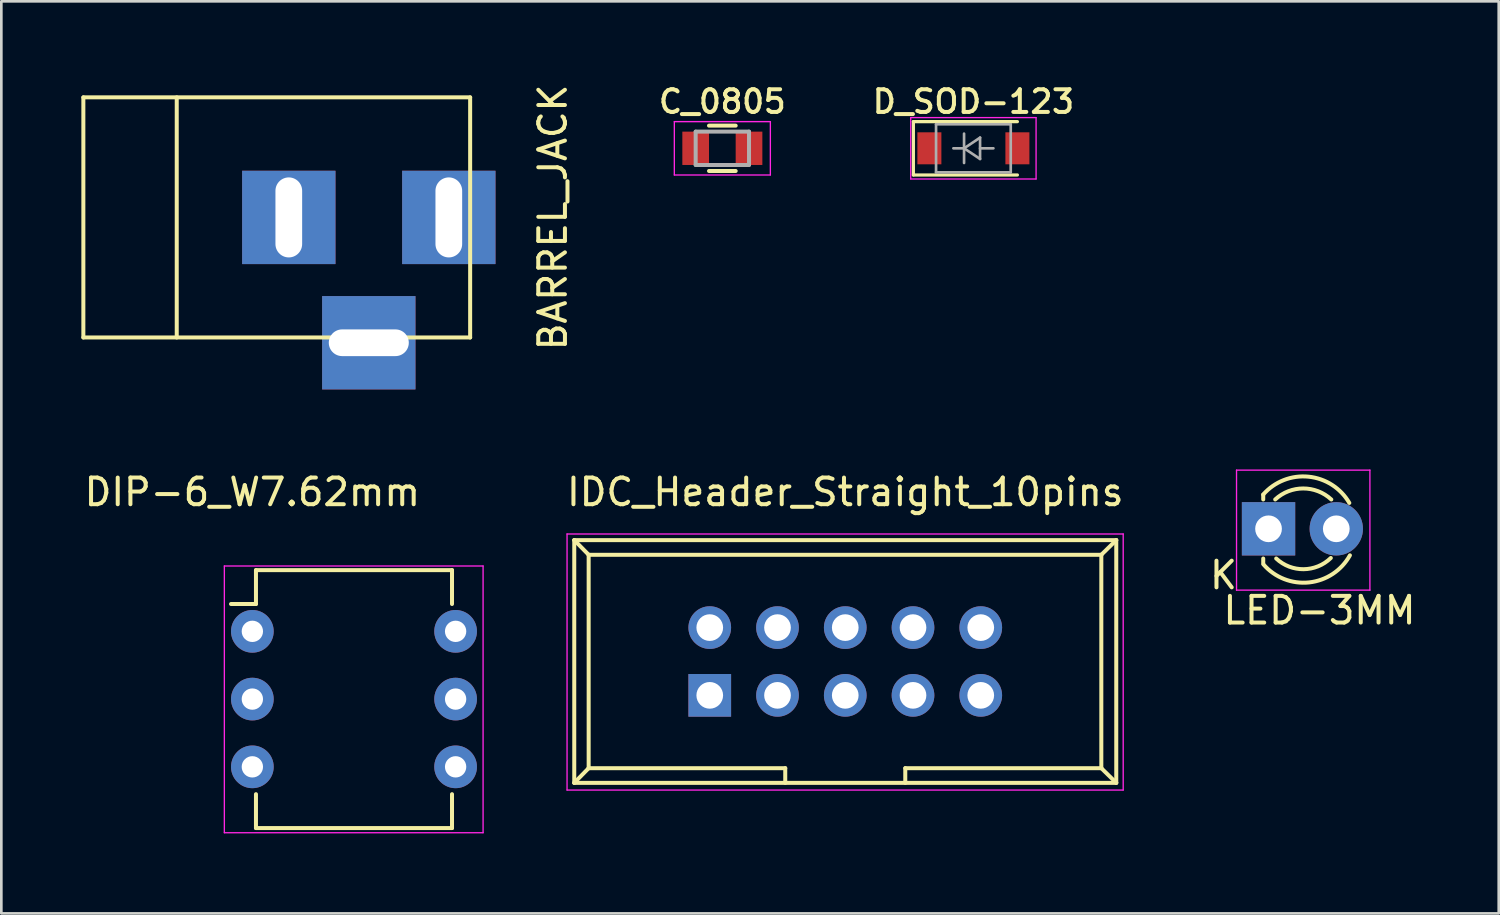
<source format=kicad_pcb>
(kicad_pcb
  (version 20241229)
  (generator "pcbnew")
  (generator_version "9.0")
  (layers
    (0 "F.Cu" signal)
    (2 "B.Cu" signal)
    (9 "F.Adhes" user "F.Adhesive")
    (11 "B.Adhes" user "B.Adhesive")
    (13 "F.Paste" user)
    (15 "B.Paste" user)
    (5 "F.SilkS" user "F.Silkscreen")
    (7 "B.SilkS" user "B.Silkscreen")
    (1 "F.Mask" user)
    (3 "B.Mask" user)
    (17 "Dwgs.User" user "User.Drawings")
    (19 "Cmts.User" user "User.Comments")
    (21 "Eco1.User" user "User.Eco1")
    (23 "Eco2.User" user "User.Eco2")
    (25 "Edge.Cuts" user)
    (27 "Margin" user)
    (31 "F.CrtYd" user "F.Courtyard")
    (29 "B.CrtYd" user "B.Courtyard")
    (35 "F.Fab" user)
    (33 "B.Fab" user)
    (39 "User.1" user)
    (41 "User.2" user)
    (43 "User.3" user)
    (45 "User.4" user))
  (footprint "BARREL_JACK"
    (layer "F.Cu")
    (at 7.576 5.101)
    (property "Reference" "BARREL_JACK" (at 10.099 0 90) (layer "F.SilkS") (effects (font (size 1 1) (thickness 0.15))))
    (attr through_hole)
    (fp_line (start -7.501 -4.501) (end -7.501 4.501) (stroke (width 0.15) (type solid)) (layer "F.SilkS"))
    (fp_line (start -7.501 4.501) (end 7 4.501) (stroke (width 0.15) (type solid)) (layer "F.SilkS"))
    (fp_line (start -4 -4.501) (end -4 4.501) (stroke (width 0.15) (type solid)) (layer "F.SilkS"))
    (fp_line (start 7 -4.501) (end -7.501 -4.501) (stroke (width 0.15) (type solid)) (layer "F.SilkS"))
    (fp_line (start 7 4.501) (end 7 -4.501) (stroke (width 0.15) (type solid)) (layer "F.SilkS"))
    (pad "1" thru_hole rect (at 6.2 0) (size 3.5 3.5) (drill oval 1.001 3) (layers "*.Cu" "*.Mask"))
    (pad "2" thru_hole rect (at 0.201 0) (size 3.5 3.5) (drill oval 1.001 3) (layers "*.Cu" "*.Mask"))
    (pad "3" thru_hole rect (at 3.2 4.699) (size 3.5 3.5) (drill oval 3 1.001) (layers "*.Cu" "*.Mask")))
  (footprint "DIP-6_W7.62mm"
    (layer "F.Cu")
    (at 6.411 20.619)
    (property "Reference" "DIP-6_W7.62mm" (at 0 -5.22 0) (layer "F.SilkS") (effects (font (size 1 1) (thickness 0.15))))
    (attr through_hole)
    (fp_line (start 0.135 -2.295) (end 0.135 -1.025) (stroke (width 0.15) (type solid)) (layer "F.SilkS"))
    (fp_line (start 0.135 -2.295) (end 7.485 -2.295) (stroke (width 0.15) (type solid)) (layer "F.SilkS"))
    (fp_line (start 0.135 -1.025) (end -0.8 -1.025) (stroke (width 0.15) (type solid)) (layer "F.SilkS"))
    (fp_line (start 0.135 7.375) (end 0.135 6.105) (stroke (width 0.15) (type solid)) (layer "F.SilkS"))
    (fp_line (start 0.135 7.375) (end 7.485 7.375) (stroke (width 0.15) (type solid)) (layer "F.SilkS"))
    (fp_line (start 7.485 -2.295) (end 7.485 -1.025) (stroke (width 0.15) (type solid)) (layer "F.SilkS"))
    (fp_line (start 7.485 7.375) (end 7.485 6.105) (stroke (width 0.15) (type solid)) (layer "F.SilkS"))
    (fp_line (start -1.05 -2.45) (end -1.05 7.55) (stroke (width 0.05) (type solid)) (layer "F.CrtYd"))
    (fp_line (start -1.05 -2.45) (end 8.65 -2.45) (stroke (width 0.05) (type solid)) (layer "F.CrtYd"))
    (fp_line (start -1.05 7.55) (end 8.65 7.55) (stroke (width 0.05) (type solid)) (layer "F.CrtYd"))
    (fp_line (start 8.65 -2.45) (end 8.65 7.55) (stroke (width 0.05) (type solid)) (layer "F.CrtYd"))
    (pad "1" thru_hole oval (at 0 0) (size 1.6 1.6) (drill 0.8) (layers "*.Cu" "*.Mask"))
    (pad "2" thru_hole oval (at 0 2.54) (size 1.6 1.6) (drill 0.8) (layers "*.Cu" "*.Mask"))
    (pad "3" thru_hole oval (at 0 5.08) (size 1.6 1.6) (drill 0.8) (layers "*.Cu" "*.Mask"))
    (pad "4" thru_hole oval (at 7.62 5.08) (size 1.6 1.6) (drill 0.8) (layers "*.Cu" "*.Mask"))
    (pad "5" thru_hole oval (at 7.62 2.54) (size 1.6 1.6) (drill 0.8) (layers "*.Cu" "*.Mask"))
    (pad "6" thru_hole oval (at 7.62 0) (size 1.6 1.6) (drill 0.8) (layers "*.Cu" "*.Mask")))
  (footprint "IDC_Header_Straight_10pins"
    (layer "F.Cu")
    (at 23.559 23.019)
    (property "Reference" "IDC_Header_Straight_10pins" (at 5.08 -7.62 0) (layer "F.SilkS") (effects (font (size 1 1) (thickness 0.15))))
    (attr through_hole)
    (fp_line (start -5.08 -5.82) (end -5.08 3.28) (stroke (width 0.15) (type solid)) (layer "F.SilkS"))
    (fp_line (start -5.08 -5.82) (end -4.54 -5.27) (stroke (width 0.15) (type solid)) (layer "F.SilkS"))
    (fp_line (start -5.08 -5.82) (end 15.24 -5.82) (stroke (width 0.15) (type solid)) (layer "F.SilkS"))
    (fp_line (start -5.08 3.28) (end -4.54 2.73) (stroke (width 0.15) (type solid)) (layer "F.SilkS"))
    (fp_line (start -5.08 3.28) (end 15.24 3.28) (stroke (width 0.15) (type solid)) (layer "F.SilkS"))
    (fp_line (start -4.54 -5.27) (end -4.54 2.73) (stroke (width 0.15) (type solid)) (layer "F.SilkS"))
    (fp_line (start -4.54 -5.27) (end 14.68 -5.27) (stroke (width 0.15) (type solid)) (layer "F.SilkS"))
    (fp_line (start -4.54 2.73) (end 2.83 2.73) (stroke (width 0.15) (type solid)) (layer "F.SilkS"))
    (fp_line (start 2.83 2.73) (end 2.83 3.28) (stroke (width 0.15) (type solid)) (layer "F.SilkS"))
    (fp_line (start 7.33 2.73) (end 7.33 3.28) (stroke (width 0.15) (type solid)) (layer "F.SilkS"))
    (fp_line (start 7.33 2.73) (end 14.68 2.73) (stroke (width 0.15) (type solid)) (layer "F.SilkS"))
    (fp_line (start 14.68 -5.27) (end 14.68 2.73) (stroke (width 0.15) (type solid)) (layer "F.SilkS"))
    (fp_line (start 15.24 -5.82) (end 14.68 -5.27) (stroke (width 0.15) (type solid)) (layer "F.SilkS"))
    (fp_line (start 15.24 -5.82) (end 15.24 3.28) (stroke (width 0.15) (type solid)) (layer "F.SilkS"))
    (fp_line (start 15.24 3.28) (end 14.68 2.73) (stroke (width 0.15) (type solid)) (layer "F.SilkS"))
    (fp_line (start -5.35 -6.05) (end 15.5 -6.05) (stroke (width 0.05) (type solid)) (layer "F.CrtYd"))
    (fp_line (start -5.35 3.55) (end -5.35 -6.05) (stroke (width 0.05) (type solid)) (layer "F.CrtYd"))
    (fp_line (start 15.5 -6.05) (end 15.5 3.55) (stroke (width 0.05) (type solid)) (layer "F.CrtYd"))
    (fp_line (start 15.5 3.55) (end -5.35 3.55) (stroke (width 0.05) (type solid)) (layer "F.CrtYd"))
    (pad "1" thru_hole rect (at 0 0) (size 1.6 1.6) (drill 1) (layers "*.Cu" "*.Mask"))
    (pad "2" thru_hole oval (at 0 -2.54) (size 1.6 1.6) (drill 1) (layers "*.Cu" "*.Mask"))
    (pad "3" thru_hole oval (at 2.54 0) (size 1.6 1.6) (drill 1) (layers "*.Cu" "*.Mask"))
    (pad "4" thru_hole oval (at 2.54 -2.54) (size 1.6 1.6) (drill 1) (layers "*.Cu" "*.Mask"))
    (pad "5" thru_hole oval (at 5.08 0) (size 1.6 1.6) (drill 1) (layers "*.Cu" "*.Mask"))
    (pad "6" thru_hole oval (at 5.08 -2.54) (size 1.6 1.6) (drill 1) (layers "*.Cu" "*.Mask"))
    (pad "7" thru_hole oval (at 7.62 0) (size 1.6 1.6) (drill 1) (layers "*.Cu" "*.Mask"))
    (pad "8" thru_hole oval (at 7.62 -2.54) (size 1.6 1.6) (drill 1) (layers "*.Cu" "*.Mask"))
    (pad "9" thru_hole oval (at 10.16 0) (size 1.6 1.6) (drill 1) (layers "*.Cu" "*.Mask"))
    (pad "10" thru_hole oval (at 10.16 -2.54) (size 1.6 1.6) (drill 1) (layers "*.Cu" "*.Mask")))
  (footprint "D_SOD-123"
    (layer "F.Cu")
    (at 33.443 2.51)
    (property "Reference" "D_SOD-123" (at 0 -1.75 0) (layer "F.SilkS") (effects (font (size 0.85 0.85) (thickness 0.15))))
    (attr smd)
    (fp_line (start -2.25 -1) (end -2.25 1) (stroke (width 0.12) (type solid)) (layer "F.SilkS"))
    (fp_line (start -2.25 -1) (end 1.65 -1) (stroke (width 0.12) (type solid)) (layer "F.SilkS"))
    (fp_line (start -2.25 1) (end 1.65 1) (stroke (width 0.12) (type solid)) (layer "F.SilkS"))
    (fp_line (start -2.35 -1.15) (end -2.35 1.15) (stroke (width 0.05) (type solid)) (layer "F.CrtYd"))
    (fp_line (start -2.35 -1.15) (end 2.35 -1.15) (stroke (width 0.05) (type solid)) (layer "F.CrtYd"))
    (fp_line (start 2.35 -1.15) (end 2.35 1.15) (stroke (width 0.05) (type solid)) (layer "F.CrtYd"))
    (fp_line (start 2.35 1.15) (end -2.35 1.15) (stroke (width 0.05) (type solid)) (layer "F.CrtYd"))
    (fp_line (start -1.4 -0.9) (end 1.4 -0.9) (stroke (width 0.1) (type solid)) (layer "F.Fab"))
    (fp_line (start -1.4 0.9) (end -1.4 -0.9) (stroke (width 0.1) (type solid)) (layer "F.Fab"))
    (fp_line (start -0.75 0) (end -0.35 0) (stroke (width 0.1) (type solid)) (layer "F.Fab"))
    (fp_line (start -0.35 0) (end -0.35 -0.55) (stroke (width 0.1) (type solid)) (layer "F.Fab"))
    (fp_line (start -0.35 0) (end -0.35 0.55) (stroke (width 0.1) (type solid)) (layer "F.Fab"))
    (fp_line (start -0.35 0) (end 0.25 -0.4) (stroke (width 0.1) (type solid)) (layer "F.Fab"))
    (fp_line (start 0.25 -0.4) (end 0.25 0.4) (stroke (width 0.1) (type solid)) (layer "F.Fab"))
    (fp_line (start 0.25 0) (end 0.75 0) (stroke (width 0.1) (type solid)) (layer "F.Fab"))
    (fp_line (start 0.25 0.4) (end -0.35 0) (stroke (width 0.1) (type solid)) (layer "F.Fab"))
    (fp_line (start 1.4 -0.9) (end 1.4 0.9) (stroke (width 0.1) (type solid)) (layer "F.Fab"))
    (fp_line (start 1.4 0.9) (end -1.4 0.9) (stroke (width 0.1) (type solid)) (layer "F.Fab"))
    (pad "1" smd rect (at -1.65 0) (size 0.9 1.2) (layers "F.Cu" "F.Mask" "F.Paste"))
    (pad "2" smd rect (at 1.65 0) (size 0.9 1.2) (layers "F.Cu" "F.Mask" "F.Paste")))
  (footprint "LED-3MM"
    (layer "F.Cu")
    (at 44.508 16.775)
    (property "Reference" "LED-3MM" (at 1.91 3.06 0) (layer "F.SilkS") (effects (font (size 1 1) (thickness 0.15))))
    (attr through_hole)
    (fp_line (start -0.199 -1.28) (end -0.199 -1.1) (stroke (width 0.15) (type solid)) (layer "F.SilkS"))
    (fp_line (start -0.199 1.314) (end -0.199 1.114) (stroke (width 0.15) (type solid)) (layer "F.SilkS"))
    (fp_arc (start -0.199 -1.286) (mid 1.495903 -1.954571) (end 3.028744 -0.969643) (stroke (width 0.15) (type solid)) (layer "F.SilkS"))
    (fp_arc (start 0.25 -1.1) (mid 1.301686 -1.512142) (end 2.353005 -1.099067) (stroke (width 0.15) (type solid)) (layer "F.SilkS"))
    (fp_arc (start 2.335 1.094) (mid 1.31492 1.51473) (end 0.287111 1.113252) (stroke (width 0.15) (type solid)) (layer "F.SilkS"))
    (fp_arc (start 3.051 0.994) (mid 1.522637 2.009958) (end -0.18622 1.340726) (stroke (width 0.15) (type solid)) (layer "F.SilkS"))
    (fp_line (start -1.2 -2.2) (end -1.2 2.3) (stroke (width 0.05) (type solid)) (layer "F.CrtYd"))
    (fp_line (start -1.2 2.3) (end 3.8 2.3) (stroke (width 0.05) (type solid)) (layer "F.CrtYd"))
    (fp_line (start 3.8 -2.2) (end -1.2 -2.2) (stroke (width 0.05) (type solid)) (layer "F.CrtYd"))
    (fp_line (start 3.8 2.3) (end 3.8 -2.2) (stroke (width 0.05) (type solid)) (layer "F.CrtYd"))
    (fp_text user "K" (at -1.69 1.74 0) (layer "F.SilkS") (effects (font (size 1 1) (thickness 0.15))))
    (pad "1" thru_hole rect (at 0 0 90) (size 2 2) (drill 1.001) (layers "*.Cu" "*.Mask"))
    (pad "2" thru_hole circle (at 2.54 0) (size 2 2) (drill 1.001) (layers "*.Cu" "*.Mask")))
  (footprint "C_0805"
    (layer "F.Cu")
    (at 24.031 2.51)
    (property "Reference" "C_0805" (at 0 -1.75 0) (layer "F.SilkS") (effects (font (size 0.85 0.85) (thickness 0.15))))
    (attr smd)
    (fp_line (start -0.5 0.85) (end 0.5 0.85) (stroke (width 0.15) (type solid)) (layer "F.SilkS"))
    (fp_line (start 0.5 -0.85) (end -0.5 -0.85) (stroke (width 0.15) (type solid)) (layer "F.SilkS"))
    (fp_line (start -1.8 -1) (end -1.8 1) (stroke (width 0.05) (type solid)) (layer "F.CrtYd"))
    (fp_line (start -1.8 -1) (end 1.8 -1) (stroke (width 0.05) (type solid)) (layer "F.CrtYd"))
    (fp_line (start -1.8 1) (end 1.8 1) (stroke (width 0.05) (type solid)) (layer "F.CrtYd"))
    (fp_line (start 1.8 -1) (end 1.8 1) (stroke (width 0.05) (type solid)) (layer "F.CrtYd"))
    (fp_line (start -1 -0.625) (end 1 -0.625) (stroke (width 0.15) (type solid)) (layer "F.Fab"))
    (fp_line (start -1 0.625) (end -1 -0.625) (stroke (width 0.15) (type solid)) (layer "F.Fab"))
    (fp_line (start 1 -0.625) (end 1 0.625) (stroke (width 0.15) (type solid)) (layer "F.Fab"))
    (fp_line (start 1 0.625) (end -1 0.625) (stroke (width 0.15) (type solid)) (layer "F.Fab"))
    (pad "1" smd rect (at -1 0) (size 1 1.25) (layers "F.Cu" "F.Mask" "F.Paste"))
    (pad "2" smd rect (at 1 0) (size 1 1.25) (layers "F.Cu" "F.Mask" "F.Paste")))
  (gr_rect
    (start -3 -3)
    (end 53.138 31.194)
    (stroke (width 0.1) (type default))
    (fill no)
    (layer "Edge.Cuts")))
</source>
